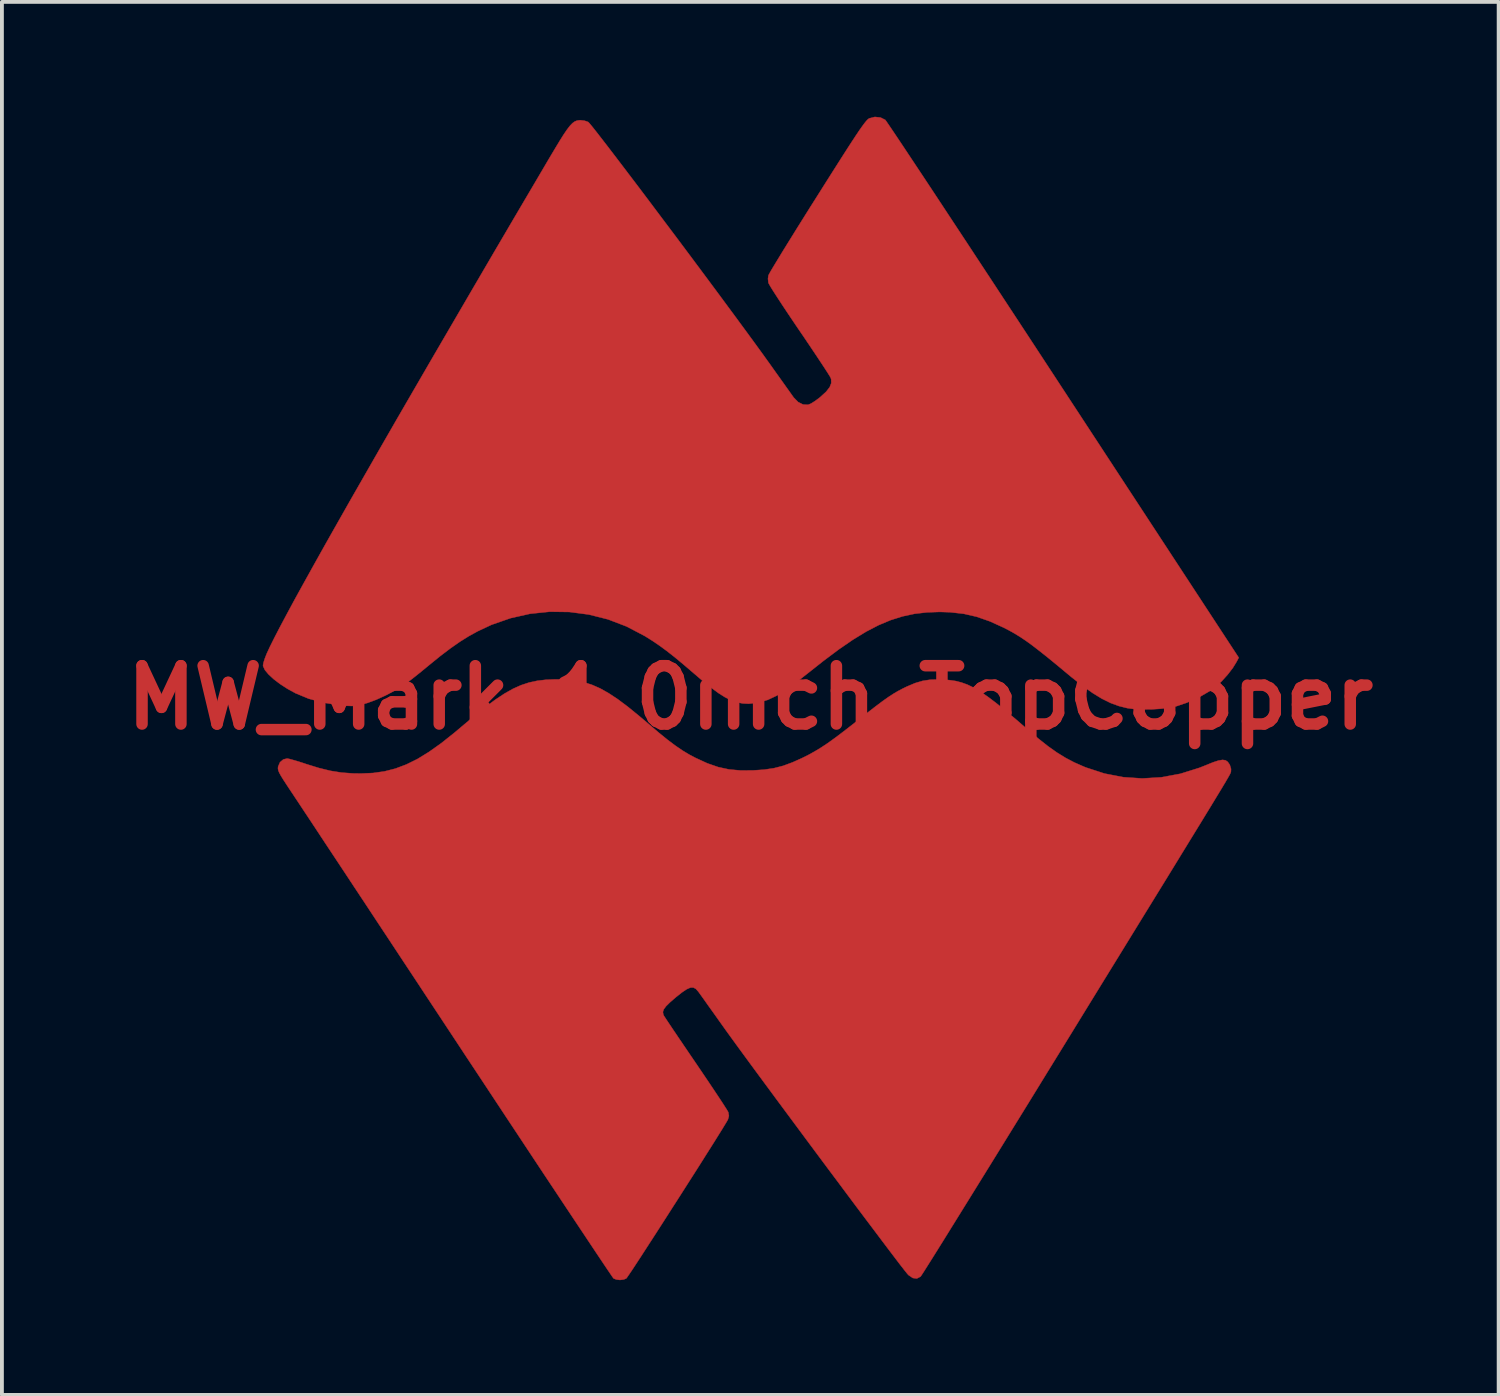
<source format=kicad_pcb>
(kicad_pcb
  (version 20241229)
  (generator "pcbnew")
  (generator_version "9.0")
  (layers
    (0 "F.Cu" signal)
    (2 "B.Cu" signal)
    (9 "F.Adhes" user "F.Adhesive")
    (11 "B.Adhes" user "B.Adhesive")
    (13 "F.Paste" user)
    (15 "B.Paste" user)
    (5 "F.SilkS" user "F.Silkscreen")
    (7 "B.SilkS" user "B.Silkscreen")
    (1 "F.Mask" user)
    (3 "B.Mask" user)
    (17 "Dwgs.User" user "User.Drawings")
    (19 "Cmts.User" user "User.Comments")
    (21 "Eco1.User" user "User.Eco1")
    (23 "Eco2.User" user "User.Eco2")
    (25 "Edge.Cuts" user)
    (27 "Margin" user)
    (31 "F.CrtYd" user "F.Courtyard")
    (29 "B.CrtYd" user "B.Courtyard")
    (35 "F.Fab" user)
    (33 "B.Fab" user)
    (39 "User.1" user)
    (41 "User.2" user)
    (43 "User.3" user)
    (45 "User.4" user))
  (footprint "MW_Mark_1.0inch_TopCopper"
    (layer "F.Cu")
    (at 16.554 15.178)
    (property "Reference" "MW_Mark_1.0inch_TopCopper" (at 0 0 0) (layer "F.Cu") (effects (font (size 1.524 1.524) (thickness 0.3))))
    (attr through_hole)
    (fp_poly (pts (xy 3.403 -15.157) (xy 3.526 -15.096) (xy 3.549 -15.065) (xy 3.606 -14.982) (xy 3.695 -14.851) (xy 3.814 -14.674) (xy 3.963 -14.451) (xy 4.138 -14.187) (xy 4.34 -13.883) (xy 4.567 -13.541) (xy 4.816 -13.164) (xy 5.087 -12.753) (xy 5.378 -12.311) (xy 5.688 -11.841) (xy 6.015 -11.343) (xy 6.358 -10.822) (xy 6.715 -10.278) (xy 7.085 -9.715) (xy 7.466 -9.134) (xy 7.857 -8.537) (xy 8.181 -8.042) (xy 12.762 -1.045) (xy 12.707 -0.939) (xy 12.607 -0.776) (xy 12.472 -0.601) (xy 12.319 -0.431) (xy 12.165 -0.286) (xy 12.057 -0.203) (xy 11.747 -0.022) (xy 11.409 0.131) (xy 11.138 0.223) (xy 10.954 0.263) (xy 10.727 0.29) (xy 10.48 0.306) (xy 10.233 0.307) (xy 10.007 0.295) (xy 9.851 0.274) (xy 9.63 0.219) (xy 9.41 0.138) (xy 9.184 0.026) (xy 8.944 -0.121) (xy 8.683 -0.307) (xy 8.391 -0.537) (xy 8.304 -0.609) (xy 8.016 -0.849) (xy 7.769 -1.051) (xy 7.556 -1.22) (xy 7.371 -1.363) (xy 7.207 -1.482) (xy 7.057 -1.583) (xy 6.914 -1.671) (xy 6.772 -1.751) (xy 6.626 -1.827) (xy 6.261 -1.993) (xy 5.918 -2.113) (xy 5.578 -2.191) (xy 5.222 -2.231) (xy 4.949 -2.24) (xy 4.613 -2.228) (xy 4.292 -2.191) (xy 3.979 -2.124) (xy 3.667 -2.026) (xy 3.352 -1.894) (xy 3.025 -1.724) (xy 2.681 -1.514) (xy 2.313 -1.261) (xy 1.915 -0.963) (xy 1.719 -0.808) (xy 1.486 -0.624) (xy 1.295 -0.474) (xy 1.139 -0.354) (xy 1.01 -0.258) (xy 0.901 -0.182) (xy 0.804 -0.118) (xy 0.712 -0.063) (xy 0.699 -0.056) (xy 0.456 0.058) (xy 0.202 0.132) (xy -0.04 0.159) (xy -0.048 0.159) (xy -0.2 0.151) (xy -0.348 0.122) (xy -0.499 0.07) (xy -0.659 -0.01) (xy -0.835 -0.121) (xy -1.035 -0.269) (xy -1.265 -0.455) (xy -1.48 -0.639) (xy -1.745 -0.866) (xy -1.975 -1.057) (xy -2.18 -1.218) (xy -2.369 -1.357) (xy -2.553 -1.482) (xy -2.742 -1.601) (xy -2.763 -1.613) (xy -3.231 -1.859) (xy -3.717 -2.045) (xy -4.217 -2.171) (xy -4.726 -2.238) (xy -5.24 -2.245) (xy -5.753 -2.192) (xy -6.261 -2.078) (xy -6.759 -1.905) (xy -7.128 -1.732) (xy -7.358 -1.605) (xy -7.59 -1.46) (xy -7.833 -1.29) (xy -8.098 -1.089) (xy -8.394 -0.849) (xy -8.451 -0.802) (xy -8.605 -0.675) (xy -8.76 -0.551) (xy -8.901 -0.441) (xy -9.015 -0.356) (xy -9.06 -0.324) (xy -9.284 -0.187) (xy -9.529 -0.058) (xy -9.775 0.054) (xy -10.002 0.138) (xy -10.1 0.166) (xy -10.22 0.195) (xy -10.318 0.212) (xy -10.415 0.218) (xy -10.53 0.214) (xy -10.683 0.201) (xy -10.729 0.197) (xy -11.149 0.132) (xy -11.539 0.027) (xy -11.882 -0.115) (xy -12.093 -0.231) (xy -12.286 -0.356) (xy -12.454 -0.484) (xy -12.588 -0.608) (xy -12.682 -0.721) (xy -12.728 -0.818) (xy -12.732 -0.846) (xy -12.719 -0.915) (xy -12.686 -1.019) (xy -12.639 -1.14) (xy -12.632 -1.156) (xy -12.551 -1.331) (xy -12.438 -1.558) (xy -12.293 -1.838) (xy -12.117 -2.169) (xy -11.911 -2.551) (xy -11.674 -2.981) (xy -11.408 -3.46) (xy -11.114 -3.986) (xy -10.791 -4.557) (xy -10.441 -5.174) (xy -10.063 -5.834) (xy -9.66 -6.538) (xy -9.231 -7.283) (xy -8.776 -8.068) (xy -8.297 -8.894) (xy -7.794 -9.757) (xy -7.268 -10.659) (xy -6.72 -11.597) (xy -6.149 -12.57) (xy -5.556 -13.577) (xy -5.267 -14.069) (xy -5.109 -14.334) (xy -4.979 -14.55) (xy -4.872 -14.72) (xy -4.783 -14.85) (xy -4.708 -14.946) (xy -4.644 -15.012) (xy -4.585 -15.054) (xy -4.528 -15.077) (xy -4.468 -15.086) (xy -4.434 -15.087) (xy -4.328 -15.073) (xy -4.236 -15.041) (xy -4.206 -15.01) (xy -4.14 -14.931) (xy -4.043 -14.809) (xy -3.916 -14.646) (xy -3.762 -14.447) (xy -3.585 -14.216) (xy -3.386 -13.955) (xy -3.168 -13.668) (xy -2.935 -13.361) (xy -2.689 -13.035) (xy -2.433 -12.694) (xy -2.17 -12.344) (xy -1.901 -11.986) (xy -1.631 -11.625) (xy -1.362 -11.264) (xy -1.097 -10.908) (xy -0.838 -10.559) (xy -0.589 -10.222) (xy -0.351 -9.9) (xy -0.128 -9.596) (xy 0.077 -9.316) (xy 0.262 -9.062) (xy 0.424 -8.837) (xy 0.541 -8.674) (xy 0.68 -8.478) (xy 0.811 -8.295) (xy 0.927 -8.132) (xy 1.024 -7.996) (xy 1.095 -7.896) (xy 1.135 -7.84) (xy 1.137 -7.838) (xy 1.25 -7.723) (xy 1.378 -7.659) (xy 1.509 -7.652) (xy 1.51 -7.653) (xy 1.585 -7.683) (xy 1.69 -7.749) (xy 1.81 -7.838) (xy 1.838 -7.862) (xy 1.984 -7.996) (xy 2.075 -8.113) (xy 2.116 -8.218) (xy 2.112 -8.321) (xy 2.101 -8.355) (xy 2.076 -8.4) (xy 2.019 -8.491) (xy 1.934 -8.623) (xy 1.824 -8.789) (xy 1.694 -8.985) (xy 1.547 -9.204) (xy 1.388 -9.44) (xy 1.283 -9.593) (xy 1.118 -9.837) (xy 0.963 -10.068) (xy 0.823 -10.279) (xy 0.701 -10.466) (xy 0.601 -10.621) (xy 0.527 -10.74) (xy 0.484 -10.816) (xy 0.473 -10.839) (xy 0.462 -10.946) (xy 0.474 -11.034) (xy 0.496 -11.076) (xy 0.548 -11.168) (xy 0.63 -11.305) (xy 0.737 -11.481) (xy 0.867 -11.694) (xy 1.018 -11.938) (xy 1.186 -12.209) (xy 1.369 -12.502) (xy 1.564 -12.813) (xy 1.75 -13.107) (xy 1.989 -13.486) (xy 2.197 -13.814) (xy 2.376 -14.096) (xy 2.529 -14.335) (xy 2.658 -14.534) (xy 2.765 -14.697) (xy 2.853 -14.828) (xy 2.925 -14.93) (xy 2.982 -15.007) (xy 3.027 -15.063) (xy 3.062 -15.101) (xy 3.091 -15.125) (xy 3.11 -15.136) (xy 3.255 -15.173) (xy 3.403 -15.157)) (stroke (width 0.01) (type solid)) (fill yes) (layer "F.Cu"))
    (fp_poly (pts (xy -4.794 -0.47) (xy -4.565 -0.447) (xy -4.349 -0.403) (xy -4.137 -0.335) (xy -3.923 -0.241) (xy -3.701 -0.116) (xy -3.462 0.042) (xy -3.2 0.238) (xy -2.909 0.475) (xy -2.641 0.702) (xy -2.382 0.923) (xy -2.157 1.105) (xy -1.957 1.255) (xy -1.774 1.38) (xy -1.597 1.487) (xy -1.432 1.574) (xy -1.123 1.716) (xy -0.837 1.815) (xy -0.554 1.876) (xy -0.253 1.903) (xy 0.072 1.901) (xy 0.364 1.881) (xy 0.619 1.843) (xy 0.86 1.781) (xy 1.108 1.689) (xy 1.353 1.579) (xy 1.521 1.495) (xy 1.683 1.405) (xy 1.847 1.306) (xy 2.022 1.19) (xy 2.214 1.052) (xy 2.434 0.886) (xy 2.689 0.688) (xy 2.833 0.574) (xy 3.08 0.379) (xy 3.287 0.219) (xy 3.46 0.089) (xy 3.609 -0.016) (xy 3.741 -0.102) (xy 3.863 -0.174) (xy 3.985 -0.238) (xy 4.086 -0.287) (xy 4.303 -0.379) (xy 4.497 -0.437) (xy 4.694 -0.468) (xy 4.916 -0.474) (xy 5.031 -0.471) (xy 5.202 -0.458) (xy 5.361 -0.435) (xy 5.516 -0.396) (xy 5.672 -0.34) (xy 5.834 -0.262) (xy 6.008 -0.159) (xy 6.199 -0.028) (xy 6.414 0.134) (xy 6.658 0.33) (xy 6.937 0.565) (xy 7.241 0.828) (xy 7.525 1.069) (xy 7.778 1.269) (xy 8.012 1.435) (xy 8.238 1.574) (xy 8.467 1.694) (xy 8.71 1.801) (xy 8.771 1.826) (xy 9.253 1.983) (xy 9.744 2.078) (xy 10.24 2.111) (xy 10.739 2.081) (xy 11.237 1.989) (xy 11.732 1.834) (xy 11.896 1.769) (xy 12.088 1.691) (xy 12.232 1.644) (xy 12.339 1.626) (xy 12.417 1.637) (xy 12.475 1.678) (xy 12.523 1.747) (xy 12.529 1.758) (xy 12.561 1.862) (xy 12.558 1.934) (xy 12.555 1.944) (xy 12.552 1.954) (xy 12.548 1.966) (xy 12.541 1.982) (xy 12.53 2.005) (xy 12.513 2.035) (xy 12.49 2.076) (xy 12.46 2.128) (xy 12.421 2.195) (xy 12.372 2.277) (xy 12.312 2.377) (xy 12.239 2.497) (xy 12.153 2.639) (xy 12.053 2.804) (xy 11.936 2.995) (xy 11.803 3.213) (xy 11.651 3.461) (xy 11.479 3.741) (xy 11.287 4.054) (xy 11.074 4.402) (xy 10.837 4.788) (xy 10.576 5.212) (xy 10.289 5.678) (xy 9.976 6.187) (xy 9.635 6.742) (xy 9.265 7.343) (xy 8.865 7.993) (xy 8.434 8.695) (xy 8.124 9.199) (xy 7.778 9.76) (xy 7.442 10.307) (xy 7.115 10.838) (xy 6.799 11.349) (xy 6.497 11.839) (xy 6.209 12.305) (xy 5.937 12.744) (xy 5.683 13.154) (xy 5.448 13.533) (xy 5.234 13.878) (xy 5.043 14.186) (xy 4.875 14.455) (xy 4.733 14.682) (xy 4.617 14.866) (xy 4.531 15.002) (xy 4.474 15.09) (xy 4.449 15.126) (xy 4.448 15.127) (xy 4.352 15.177) (xy 4.247 15.164) (xy 4.134 15.088) (xy 4.125 15.079) (xy 4.09 15.038) (xy 4.02 14.95) (xy 3.917 14.818) (xy 3.786 14.646) (xy 3.628 14.438) (xy 3.446 14.197) (xy 3.244 13.928) (xy 3.023 13.635) (xy 2.787 13.321) (xy 2.539 12.989) (xy 2.282 12.644) (xy 2.017 12.29) (xy 1.749 11.93) (xy 1.48 11.568) (xy 1.213 11.208) (xy 0.95 10.853) (xy 0.694 10.508) (xy 0.449 10.176) (xy 0.217 9.862) (xy 0.001 9.568) (xy -0.197 9.298) (xy -0.373 9.057) (xy -0.524 8.849) (xy -0.649 8.676) (xy -0.688 8.621) (xy -0.836 8.413) (xy -0.976 8.216) (xy -1.102 8.04) (xy -1.208 7.89) (xy -1.291 7.774) (xy -1.345 7.699) (xy -1.36 7.679) (xy -1.423 7.609) (xy -1.489 7.574) (xy -1.566 7.576) (xy -1.663 7.619) (xy -1.788 7.703) (xy -1.949 7.831) (xy -1.951 7.833) (xy -2.1 7.962) (xy -2.202 8.063) (xy -2.262 8.144) (xy -2.284 8.213) (xy -2.273 8.278) (xy -2.26 8.308) (xy -2.234 8.348) (xy -2.177 8.435) (xy -2.091 8.564) (xy -1.981 8.728) (xy -1.85 8.922) (xy -1.702 9.14) (xy -1.542 9.376) (xy -1.415 9.562) (xy -1.247 9.81) (xy -1.089 10.044) (xy -0.946 10.258) (xy -0.82 10.447) (xy -0.716 10.605) (xy -0.638 10.727) (xy -0.589 10.806) (xy -0.575 10.834) (xy -0.559 10.927) (xy -0.585 11.023) (xy -0.61 11.068) (xy -0.666 11.161) (xy -0.749 11.297) (xy -0.857 11.47) (xy -0.985 11.675) (xy -1.132 11.907) (xy -1.292 12.161) (xy -1.464 12.432) (xy -1.645 12.715) (xy -1.829 13.004) (xy -2.016 13.295) (xy -2.2 13.583) (xy -2.379 13.862) (xy -2.55 14.127) (xy -2.71 14.374) (xy -2.854 14.597) (xy -2.981 14.791) (xy -3.086 14.951) (xy -3.167 15.071) (xy -3.22 15.148) (xy -3.24 15.175) (xy -3.305 15.202) (xy -3.396 15.214) (xy -3.406 15.215) (xy -3.498 15.204) (xy -3.568 15.178) (xy -3.572 15.175) (xy -3.595 15.145) (xy -3.65 15.064) (xy -3.738 14.935) (xy -3.855 14.76) (xy -4.002 14.541) (xy -4.175 14.281) (xy -4.374 13.982) (xy -4.597 13.647) (xy -4.843 13.277) (xy -5.109 12.876) (xy -5.395 12.446) (xy -5.698 11.988) (xy -6.017 11.506) (xy -6.351 11.001) (xy -6.697 10.477) (xy -7.055 9.935) (xy -7.423 9.379) (xy -7.615 9.087) (xy -7.992 8.516) (xy -8.363 7.954) (xy -8.725 7.405) (xy -9.078 6.871) (xy -9.419 6.354) (xy -9.747 5.858) (xy -10.059 5.384) (xy -10.355 4.937) (xy -10.632 4.517) (xy -10.889 4.129) (xy -11.124 3.774) (xy -11.334 3.455) (xy -11.519 3.175) (xy -11.677 2.937) (xy -11.805 2.743) (xy -11.903 2.596) (xy -11.967 2.498) (xy -11.982 2.477) (xy -12.107 2.288) (xy -12.2 2.145) (xy -12.266 2.038) (xy -12.309 1.959) (xy -12.332 1.902) (xy -12.341 1.856) (xy -12.339 1.816) (xy -12.337 1.801) (xy -12.288 1.688) (xy -12.201 1.614) (xy -12.103 1.591) (xy -12.047 1.601) (xy -11.944 1.629) (xy -11.807 1.669) (xy -11.651 1.719) (xy -11.609 1.734) (xy -11.273 1.838) (xy -10.971 1.912) (xy -10.682 1.958) (xy -10.385 1.98) (xy -10.17 1.983) (xy -9.857 1.969) (xy -9.56 1.927) (xy -9.273 1.854) (xy -8.988 1.747) (xy -8.698 1.604) (xy -8.397 1.419) (xy -8.076 1.191) (xy -7.73 0.916) (xy -7.544 0.759) (xy -7.215 0.482) (xy -6.924 0.248) (xy -6.662 0.053) (xy -6.424 -0.105) (xy -6.203 -0.23) (xy -5.991 -0.325) (xy -5.782 -0.394) (xy -5.569 -0.44) (xy -5.345 -0.467) (xy -5.104 -0.477) (xy -5.042 -0.477) (xy -4.794 -0.47)) (stroke (width 0.01) (type solid)) (fill yes) (layer "F.Cu")))
  (gr_rect
    (start -3 -3)
    (end 36.107 33.397)
    (stroke (width 0.1) (type default))
    (fill no)
    (layer "Edge.Cuts")))
</source>
